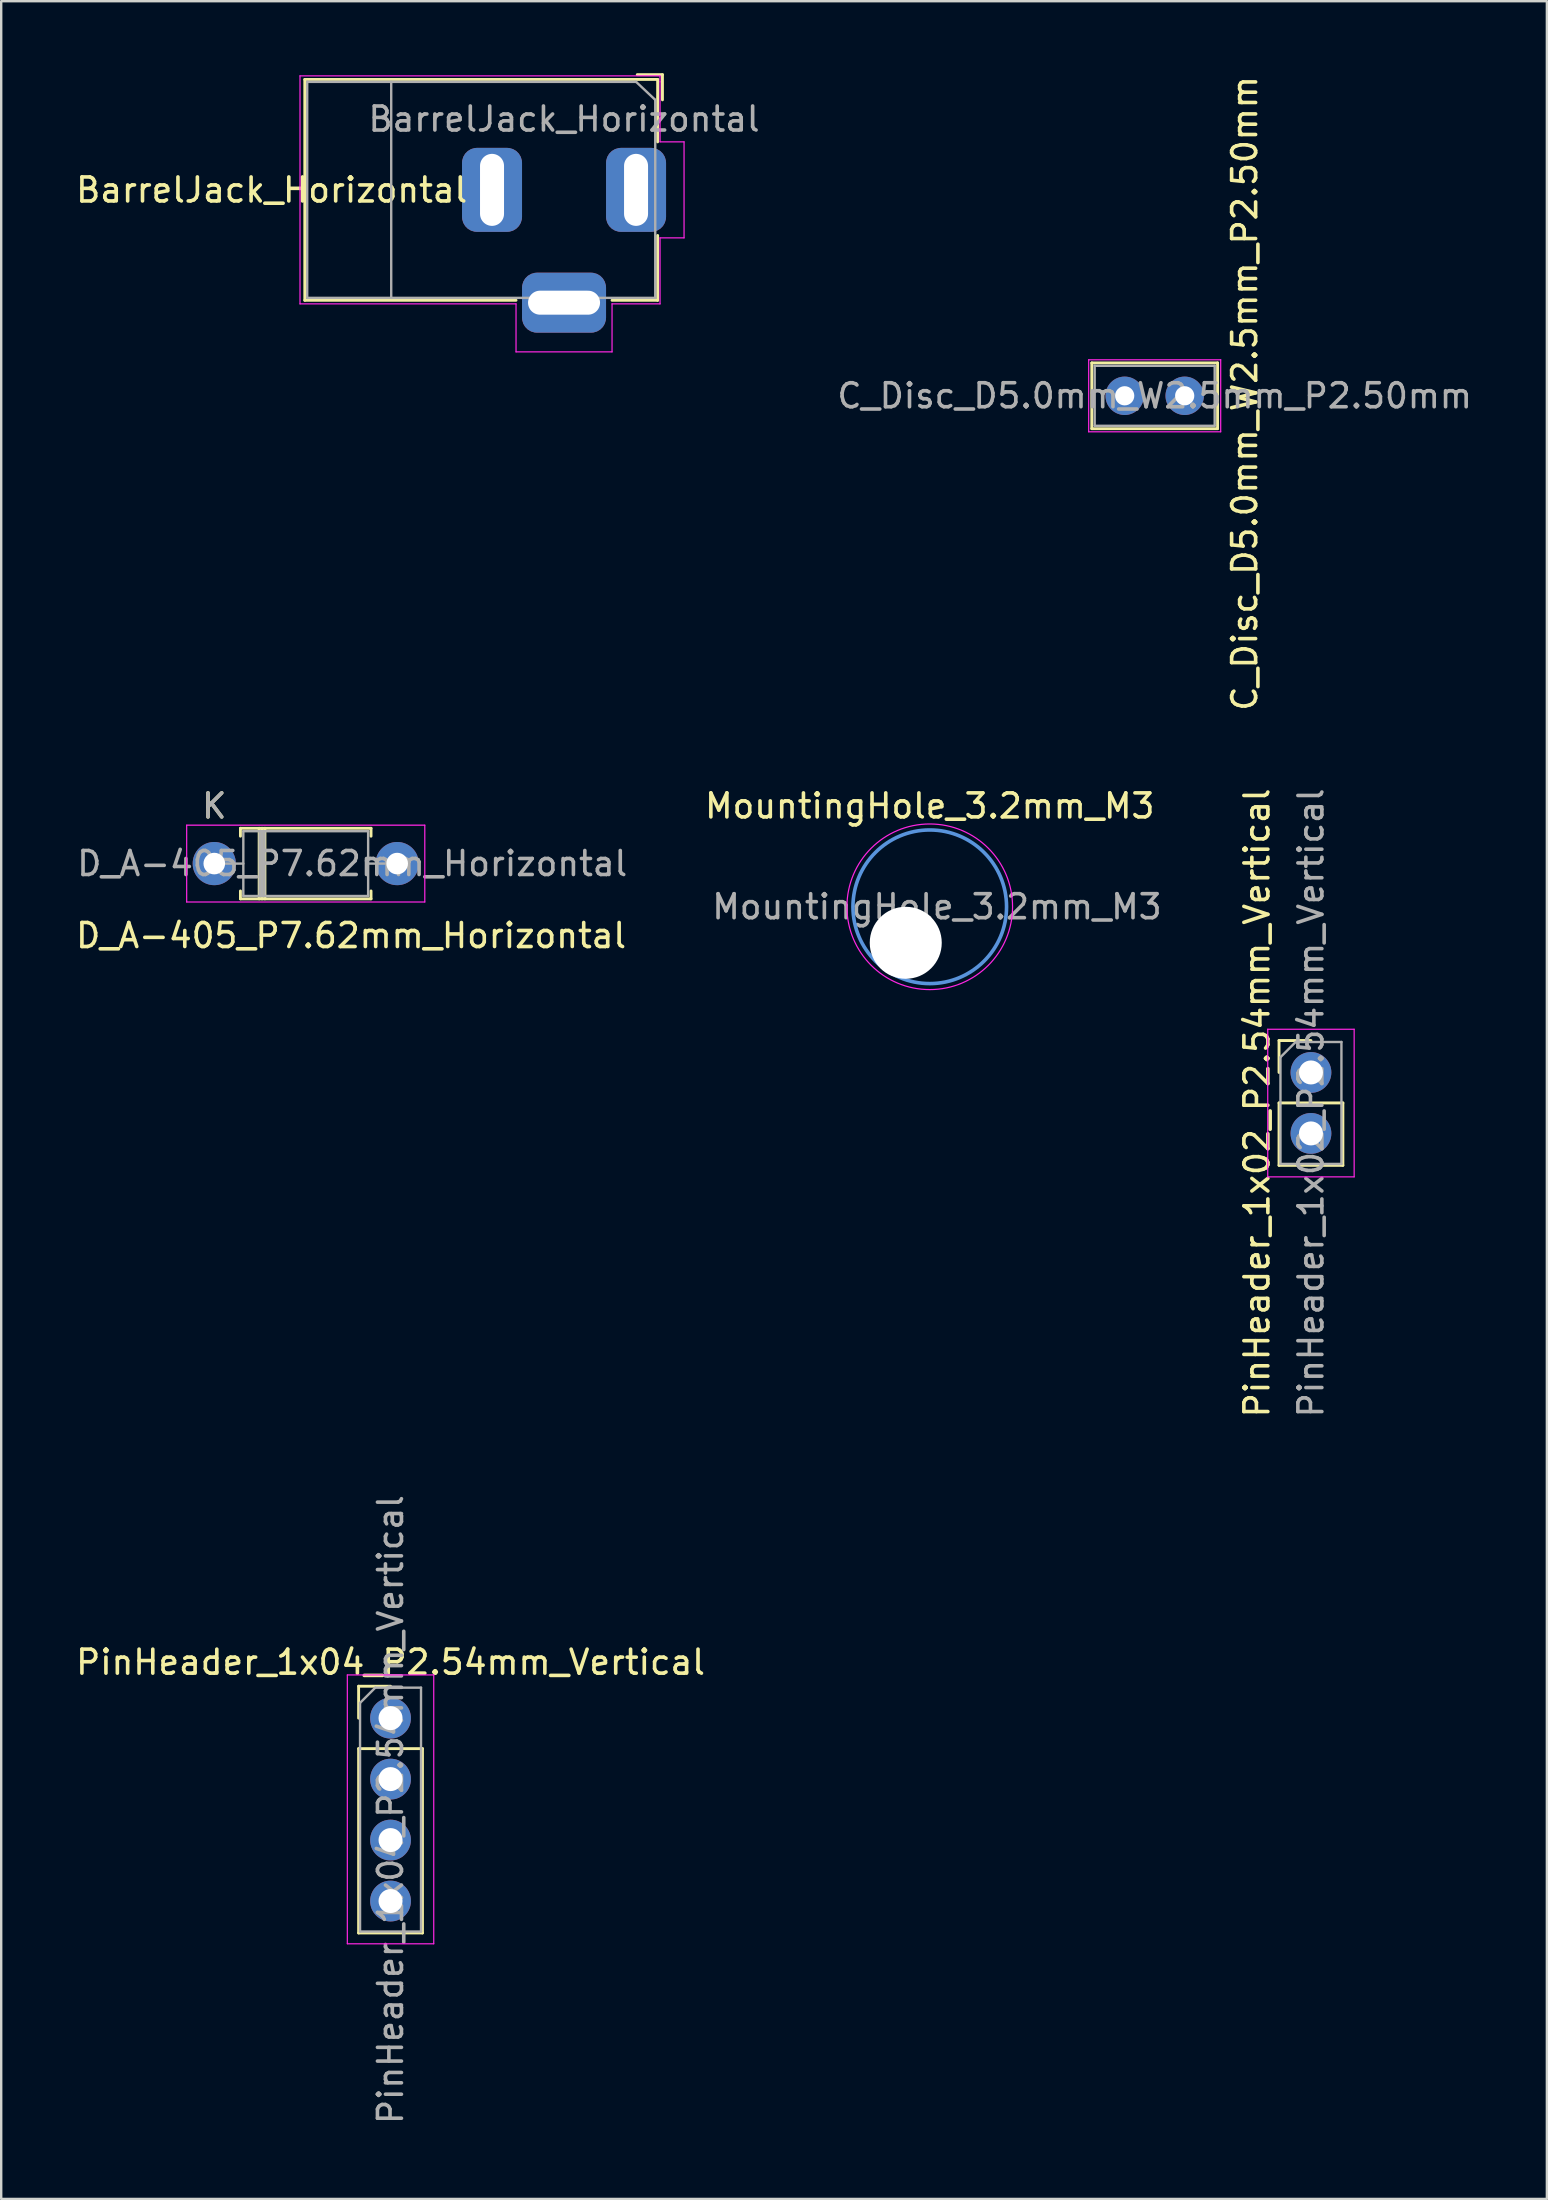
<source format=kicad_pcb>
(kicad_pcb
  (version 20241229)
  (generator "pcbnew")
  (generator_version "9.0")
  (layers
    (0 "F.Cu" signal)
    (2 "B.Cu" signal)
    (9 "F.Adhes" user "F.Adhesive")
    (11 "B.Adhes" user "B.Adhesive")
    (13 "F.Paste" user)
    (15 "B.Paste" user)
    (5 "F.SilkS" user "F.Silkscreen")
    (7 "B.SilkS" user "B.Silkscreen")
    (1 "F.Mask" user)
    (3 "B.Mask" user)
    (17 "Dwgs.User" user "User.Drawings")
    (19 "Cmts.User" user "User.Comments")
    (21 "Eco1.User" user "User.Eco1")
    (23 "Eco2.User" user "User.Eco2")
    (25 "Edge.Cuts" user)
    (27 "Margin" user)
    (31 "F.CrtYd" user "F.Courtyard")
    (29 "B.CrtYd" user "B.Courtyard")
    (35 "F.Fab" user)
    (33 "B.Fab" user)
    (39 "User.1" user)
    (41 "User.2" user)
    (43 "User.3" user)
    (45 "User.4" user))
  (footprint "D_A-405_P7.62mm_Horizontal"
    (layer "F.Cu")
    (at 5.877 32.927)
    (property "Reference" "D_A-405_P7.62mm_Horizontal" (at 5.7 3 0) (layer "F.SilkS") (effects (font (size 1 1) (thickness 0.15))))
    (attr through_hole)
    (fp_line (start 1.09 -1.47) (end 6.53 -1.47) (stroke (width 0.12) (type solid)) (layer "F.SilkS"))
    (fp_line (start 1.09 -1.14) (end 1.09 -1.47) (stroke (width 0.12) (type solid)) (layer "F.SilkS"))
    (fp_line (start 1.09 1.14) (end 1.09 1.47) (stroke (width 0.12) (type solid)) (layer "F.SilkS"))
    (fp_line (start 1.09 1.47) (end 6.53 1.47) (stroke (width 0.12) (type solid)) (layer "F.SilkS"))
    (fp_line (start 1.87 -1.47) (end 1.87 1.47) (stroke (width 0.12) (type solid)) (layer "F.SilkS"))
    (fp_line (start 1.99 -1.47) (end 1.99 1.47) (stroke (width 0.12) (type solid)) (layer "F.SilkS"))
    (fp_line (start 2.11 -1.47) (end 2.11 1.47) (stroke (width 0.12) (type solid)) (layer "F.SilkS"))
    (fp_line (start 6.53 -1.47) (end 6.53 -1.14) (stroke (width 0.12) (type solid)) (layer "F.SilkS"))
    (fp_line (start 6.53 1.47) (end 6.53 1.14) (stroke (width 0.12) (type solid)) (layer "F.SilkS"))
    (fp_line (start -1.15 -1.6) (end -1.15 1.6) (stroke (width 0.05) (type solid)) (layer "F.CrtYd"))
    (fp_line (start -1.15 1.6) (end 8.77 1.6) (stroke (width 0.05) (type solid)) (layer "F.CrtYd"))
    (fp_line (start 8.77 -1.6) (end -1.15 -1.6) (stroke (width 0.05) (type solid)) (layer "F.CrtYd"))
    (fp_line (start 8.77 1.6) (end 8.77 -1.6) (stroke (width 0.05) (type solid)) (layer "F.CrtYd"))
    (fp_line (start 0 0) (end 1.21 0) (stroke (width 0.1) (type solid)) (layer "F.Fab"))
    (fp_line (start 1.21 -1.35) (end 1.21 1.35) (stroke (width 0.1) (type solid)) (layer "F.Fab"))
    (fp_line (start 1.21 1.35) (end 6.41 1.35) (stroke (width 0.1) (type solid)) (layer "F.Fab"))
    (fp_line (start 1.89 -1.35) (end 1.89 1.35) (stroke (width 0.1) (type solid)) (layer "F.Fab"))
    (fp_line (start 1.99 -1.35) (end 1.99 1.35) (stroke (width 0.1) (type solid)) (layer "F.Fab"))
    (fp_line (start 2.09 -1.35) (end 2.09 1.35) (stroke (width 0.1) (type solid)) (layer "F.Fab"))
    (fp_line (start 6.41 -1.35) (end 1.21 -1.35) (stroke (width 0.1) (type solid)) (layer "F.Fab"))
    (fp_line (start 6.41 1.35) (end 6.41 -1.35) (stroke (width 0.1) (type solid)) (layer "F.Fab"))
    (fp_line (start 7.62 0) (end 6.41 0) (stroke (width 0.1) (type solid)) (layer "F.Fab"))
    (fp_text user "K" (at 0 -2.4 0) (layer "F.SilkS") (effects (font (size 1 1) (thickness 0.15))))
    (fp_text user "K" (at 0 -2.4 0) (layer "F.Fab") (effects (font (size 1 1) (thickness 0.15))))
    (fp_text user "${REFERENCE}" (at 5.747 0 0) (layer "F.Fab") (effects (font (size 1 1) (thickness 0.15))))
    (pad "1" thru_hole circle (at 0 0) (size 1.8 1.8) (drill 0.9) (layers "*.Cu" "*.Mask"))
    (pad "2" thru_hole oval (at 7.62 0) (size 1.8 1.8) (drill 0.9) (layers "*.Cu" "*.Mask")))
  (footprint "BarrelJack_Horizontal"
    (layer "F.Cu")
    (at 23.448 4.86)
    (property "Reference" "BarrelJack_Horizontal" (at -15.18 0.006 180) (layer "F.SilkS") (effects (font (size 1 1) (thickness 0.15))))
    (attr through_hole)
    (fp_line (start -13.8 -4.6) (end 0.9 -4.6) (stroke (width 0.12) (type solid)) (layer "F.SilkS"))
    (fp_line (start -13.8 4.6) (end -13.8 -4.6) (stroke (width 0.12) (type solid)) (layer "F.SilkS"))
    (fp_line (start -5 4.6) (end -13.8 4.6) (stroke (width 0.12) (type solid)) (layer "F.SilkS"))
    (fp_line (start 0.05 -4.8) (end 1.1 -4.8) (stroke (width 0.12) (type solid)) (layer "F.SilkS"))
    (fp_line (start 0.9 -4.6) (end 0.9 -2) (stroke (width 0.12) (type solid)) (layer "F.SilkS"))
    (fp_line (start 0.9 1.9) (end 0.9 4.6) (stroke (width 0.12) (type solid)) (layer "F.SilkS"))
    (fp_line (start 0.9 4.6) (end -1 4.6) (stroke (width 0.12) (type solid)) (layer "F.SilkS"))
    (fp_line (start 1.1 -3.75) (end 1.1 -4.8) (stroke (width 0.12) (type solid)) (layer "F.SilkS"))
    (fp_line (start -14 4.75) (end -14 -4.75) (stroke (width 0.05) (type solid)) (layer "F.CrtYd"))
    (fp_line (start -5 4.75) (end -14 4.75) (stroke (width 0.05) (type solid)) (layer "F.CrtYd"))
    (fp_line (start -5 6.75) (end -5 4.75) (stroke (width 0.05) (type solid)) (layer "F.CrtYd"))
    (fp_line (start -1 4.75) (end -1 6.75) (stroke (width 0.05) (type solid)) (layer "F.CrtYd"))
    (fp_line (start -1 6.75) (end -5 6.75) (stroke (width 0.05) (type solid)) (layer "F.CrtYd"))
    (fp_line (start 1 -4.75) (end -14 -4.75) (stroke (width 0.05) (type solid)) (layer "F.CrtYd"))
    (fp_line (start 1 -4.5) (end 1 -4.75) (stroke (width 0.05) (type solid)) (layer "F.CrtYd"))
    (fp_line (start 1 -4.5) (end 1 -2) (stroke (width 0.05) (type solid)) (layer "F.CrtYd"))
    (fp_line (start 1 -2) (end 2 -2) (stroke (width 0.05) (type solid)) (layer "F.CrtYd"))
    (fp_line (start 1 2) (end 1 4.75) (stroke (width 0.05) (type solid)) (layer "F.CrtYd"))
    (fp_line (start 1 4.75) (end -1 4.75) (stroke (width 0.05) (type solid)) (layer "F.CrtYd"))
    (fp_line (start 2 -2) (end 2 2) (stroke (width 0.05) (type solid)) (layer "F.CrtYd"))
    (fp_line (start 2 2) (end 1 2) (stroke (width 0.05) (type solid)) (layer "F.CrtYd"))
    (fp_line (start -13.7 -4.5) (end -13.7 4.5) (stroke (width 0.1) (type solid)) (layer "F.Fab"))
    (fp_line (start -13.7 4.5) (end 0.8 4.5) (stroke (width 0.1) (type solid)) (layer "F.Fab"))
    (fp_line (start -10.2 -4.5) (end -10.2 4.5) (stroke (width 0.1) (type solid)) (layer "F.Fab"))
    (fp_line (start -0.003 -4.505) (end 0.8 -3.75) (stroke (width 0.1) (type solid)) (layer "F.Fab"))
    (fp_line (start 0 -4.5) (end -13.7 -4.5) (stroke (width 0.1) (type solid)) (layer "F.Fab"))
    (fp_line (start 0.8 4.5) (end 0.8 -3.75) (stroke (width 0.1) (type solid)) (layer "F.Fab"))
    (fp_text user "${REFERENCE}" (at -3 -2.95 180) (layer "F.Fab") (effects (font (size 1 1) (thickness 0.15))))
    (pad "1" thru_hole roundrect (at 0 0) (size 2.5 3.5) (drill oval 1 3) (layers "*.Cu" "*.Mask") (roundrect_rratio 0.25))
    (pad "2" thru_hole roundrect (at -6 0) (size 2.5 3.5) (drill oval 1 3) (layers "*.Cu" "*.Mask") (roundrect_rratio 0.25))
    (pad "3" thru_hole roundrect (at -3 4.7) (size 3.5 2.5) (drill oval 3 1) (layers "*.Cu" "*.Mask") (roundrect_rratio 0.25)))
  (footprint "C_Disc_D5.0mm_W2.5mm_P2.50mm"
    (layer "F.Cu")
    (at 43.805 13.439)
    (property "Reference" "C_Disc_D5.0mm_W2.5mm_P2.50mm" (at 5 -0.1 270) (layer "F.SilkS") (effects (font (size 1 1) (thickness 0.15))))
    (attr through_hole)
    (fp_line (start -1.37 -1.37) (end -1.37 1.37) (stroke (width 0.12) (type solid)) (layer "F.SilkS"))
    (fp_line (start -1.37 -1.37) (end 3.87 -1.37) (stroke (width 0.12) (type solid)) (layer "F.SilkS"))
    (fp_line (start -1.37 1.37) (end 3.87 1.37) (stroke (width 0.12) (type solid)) (layer "F.SilkS"))
    (fp_line (start 3.87 -1.37) (end 3.87 1.37) (stroke (width 0.12) (type solid)) (layer "F.SilkS"))
    (fp_line (start -1.5 -1.5) (end -1.5 1.5) (stroke (width 0.05) (type solid)) (layer "F.CrtYd"))
    (fp_line (start -1.5 1.5) (end 4 1.5) (stroke (width 0.05) (type solid)) (layer "F.CrtYd"))
    (fp_line (start 4 -1.5) (end -1.5 -1.5) (stroke (width 0.05) (type solid)) (layer "F.CrtYd"))
    (fp_line (start 4 1.5) (end 4 -1.5) (stroke (width 0.05) (type solid)) (layer "F.CrtYd"))
    (fp_line (start -1.25 -1.25) (end -1.25 1.25) (stroke (width 0.1) (type solid)) (layer "F.Fab"))
    (fp_line (start -1.25 1.25) (end 3.75 1.25) (stroke (width 0.1) (type solid)) (layer "F.Fab"))
    (fp_line (start 3.75 -1.25) (end -1.25 -1.25) (stroke (width 0.1) (type solid)) (layer "F.Fab"))
    (fp_line (start 3.75 1.25) (end 3.75 -1.25) (stroke (width 0.1) (type solid)) (layer "F.Fab"))
    (fp_text user "${REFERENCE}" (at 1.25 0 180) (layer "F.Fab") (effects (font (size 1 1) (thickness 0.15))))
    (pad "1" thru_hole circle (at 0 0) (size 1.6 1.6) (drill 0.8) (layers "*.Cu" "*.Mask"))
    (pad "2" thru_hole circle (at 2.5 0) (size 1.6 1.6) (drill 0.8) (layers "*.Cu" "*.Mask")))
  (footprint "PinHeader_1x04_P2.54mm_Vertical"
    (layer "F.Cu")
    (at 13.22 68.529)
    (property "Reference" "PinHeader_1x04_P2.54mm_Vertical" (at 0 -2.33 0) (layer "F.SilkS") (effects (font (size 1 1) (thickness 0.15))))
    (attr through_hole)
    (fp_line (start -1.33 -1.33) (end 0 -1.33) (stroke (width 0.12) (type solid)) (layer "F.SilkS"))
    (fp_line (start -1.33 0) (end -1.33 -1.33) (stroke (width 0.12) (type solid)) (layer "F.SilkS"))
    (fp_line (start -1.33 1.27) (end -1.33 8.95) (stroke (width 0.12) (type solid)) (layer "F.SilkS"))
    (fp_line (start -1.33 1.27) (end 1.33 1.27) (stroke (width 0.12) (type solid)) (layer "F.SilkS"))
    (fp_line (start -1.33 8.95) (end 1.33 8.95) (stroke (width 0.12) (type solid)) (layer "F.SilkS"))
    (fp_line (start 1.33 1.27) (end 1.33 8.95) (stroke (width 0.12) (type solid)) (layer "F.SilkS"))
    (fp_line (start -1.8 -1.8) (end -1.8 9.4) (stroke (width 0.05) (type solid)) (layer "F.CrtYd"))
    (fp_line (start -1.8 9.4) (end 1.8 9.4) (stroke (width 0.05) (type solid)) (layer "F.CrtYd"))
    (fp_line (start 1.8 -1.8) (end -1.8 -1.8) (stroke (width 0.05) (type solid)) (layer "F.CrtYd"))
    (fp_line (start 1.8 9.4) (end 1.8 -1.8) (stroke (width 0.05) (type solid)) (layer "F.CrtYd"))
    (fp_line (start -1.27 -0.635) (end -0.635 -1.27) (stroke (width 0.1) (type solid)) (layer "F.Fab"))
    (fp_line (start -1.27 8.89) (end -1.27 -0.635) (stroke (width 0.1) (type solid)) (layer "F.Fab"))
    (fp_line (start -0.635 -1.27) (end 1.27 -1.27) (stroke (width 0.1) (type solid)) (layer "F.Fab"))
    (fp_line (start 1.27 -1.27) (end 1.27 8.89) (stroke (width 0.1) (type solid)) (layer "F.Fab"))
    (fp_line (start 1.27 8.89) (end -1.27 8.89) (stroke (width 0.1) (type solid)) (layer "F.Fab"))
    (fp_text user "${REFERENCE}" (at 0 3.81 270) (layer "F.Fab") (effects (font (size 1 1) (thickness 0.15))))
    (pad "1" thru_hole circle (at 0 0) (size 1.7 1.7) (drill 1) (layers "*.Cu" "*.Mask"))
    (pad "2" thru_hole oval (at 0 2.54) (size 1.7 1.7) (drill 1) (layers "*.Cu" "*.Mask"))
    (pad "3" thru_hole oval (at 0 5.08) (size 1.7 1.7) (drill 1) (layers "*.Cu" "*.Mask"))
    (pad "4" thru_hole oval (at 0 7.62) (size 1.7 1.7) (drill 1) (layers "*.Cu" "*.Mask")))
  (footprint "PinHeader_1x02_P2.54mm_Vertical"
    (layer "F.Cu")
    (at 51.565 41.629)
    (property "Reference" "PinHeader_1x02_P2.54mm_Vertical" (at -2.25 1.27 90) (layer "F.SilkS") (effects (font (size 1 1) (thickness 0.15))))
    (attr through_hole)
    (fp_line (start -1.33 -1.33) (end 0 -1.33) (stroke (width 0.12) (type solid)) (layer "F.SilkS"))
    (fp_line (start -1.33 0) (end -1.33 -1.33) (stroke (width 0.12) (type solid)) (layer "F.SilkS"))
    (fp_line (start -1.33 1.27) (end -1.33 3.87) (stroke (width 0.12) (type solid)) (layer "F.SilkS"))
    (fp_line (start -1.33 1.27) (end 1.33 1.27) (stroke (width 0.12) (type solid)) (layer "F.SilkS"))
    (fp_line (start -1.33 3.87) (end 1.33 3.87) (stroke (width 0.12) (type solid)) (layer "F.SilkS"))
    (fp_line (start 1.33 1.27) (end 1.33 3.87) (stroke (width 0.12) (type solid)) (layer "F.SilkS"))
    (fp_line (start -1.8 -1.8) (end -1.8 4.35) (stroke (width 0.05) (type solid)) (layer "F.CrtYd"))
    (fp_line (start -1.8 4.35) (end 1.8 4.35) (stroke (width 0.05) (type solid)) (layer "F.CrtYd"))
    (fp_line (start 1.8 -1.8) (end -1.8 -1.8) (stroke (width 0.05) (type solid)) (layer "F.CrtYd"))
    (fp_line (start 1.8 4.35) (end 1.8 -1.8) (stroke (width 0.05) (type solid)) (layer "F.CrtYd"))
    (fp_line (start -1.27 -0.635) (end -0.635 -1.27) (stroke (width 0.1) (type solid)) (layer "F.Fab"))
    (fp_line (start -1.27 3.81) (end -1.27 -0.635) (stroke (width 0.1) (type solid)) (layer "F.Fab"))
    (fp_line (start -0.635 -1.27) (end 1.27 -1.27) (stroke (width 0.1) (type solid)) (layer "F.Fab"))
    (fp_line (start 1.27 -1.27) (end 1.27 3.81) (stroke (width 0.1) (type solid)) (layer "F.Fab"))
    (fp_line (start 1.27 3.81) (end -1.27 3.81) (stroke (width 0.1) (type solid)) (layer "F.Fab"))
    (fp_text user "${REFERENCE}" (at 0 1.27 90) (layer "F.Fab") (effects (font (size 1 1) (thickness 0.15))))
    (pad "1" thru_hole circle (at 0 0) (size 1.7 1.7) (drill 1) (layers "*.Cu" "*.Mask"))
    (pad "2" thru_hole oval (at 0 2.54) (size 1.7 1.7) (drill 1) (layers "*.Cu" "*.Mask")))
  (footprint "MountingHole_3.2mm_M3"
    (layer "F.Cu")
    (at 35.684 34.727)
    (property "Reference" "MountingHole_3.2mm_M3" (at 0 -4.2 0) (layer "F.SilkS") (effects (font (size 1 1) (thickness 0.15))))
    (attr exclude_from_pos_files exclude_from_bom)
    (fp_circle (center 0 0) (end 3.2 0) (stroke (width 0.15) (type solid)) (fill no) (layer "Cmts.User"))
    (fp_circle (center 0 0) (end 3.45 0) (stroke (width 0.05) (type solid)) (fill no) (layer "F.CrtYd"))
    (fp_text user "${REFERENCE}" (at 0.3 0 0) (layer "F.Fab") (effects (font (size 1 1) (thickness 0.15))))
    (pad "" np_thru_hole circle (at -1 1.5) (size 3 3) (drill 3) (layers "*.Cu" "*.Mask")))
  (gr_rect
    (start -3 -3)
    (end 61.394 88.56)
    (stroke (width 0.1) (type default))
    (fill no)
    (layer "Edge.Cuts")))
</source>
